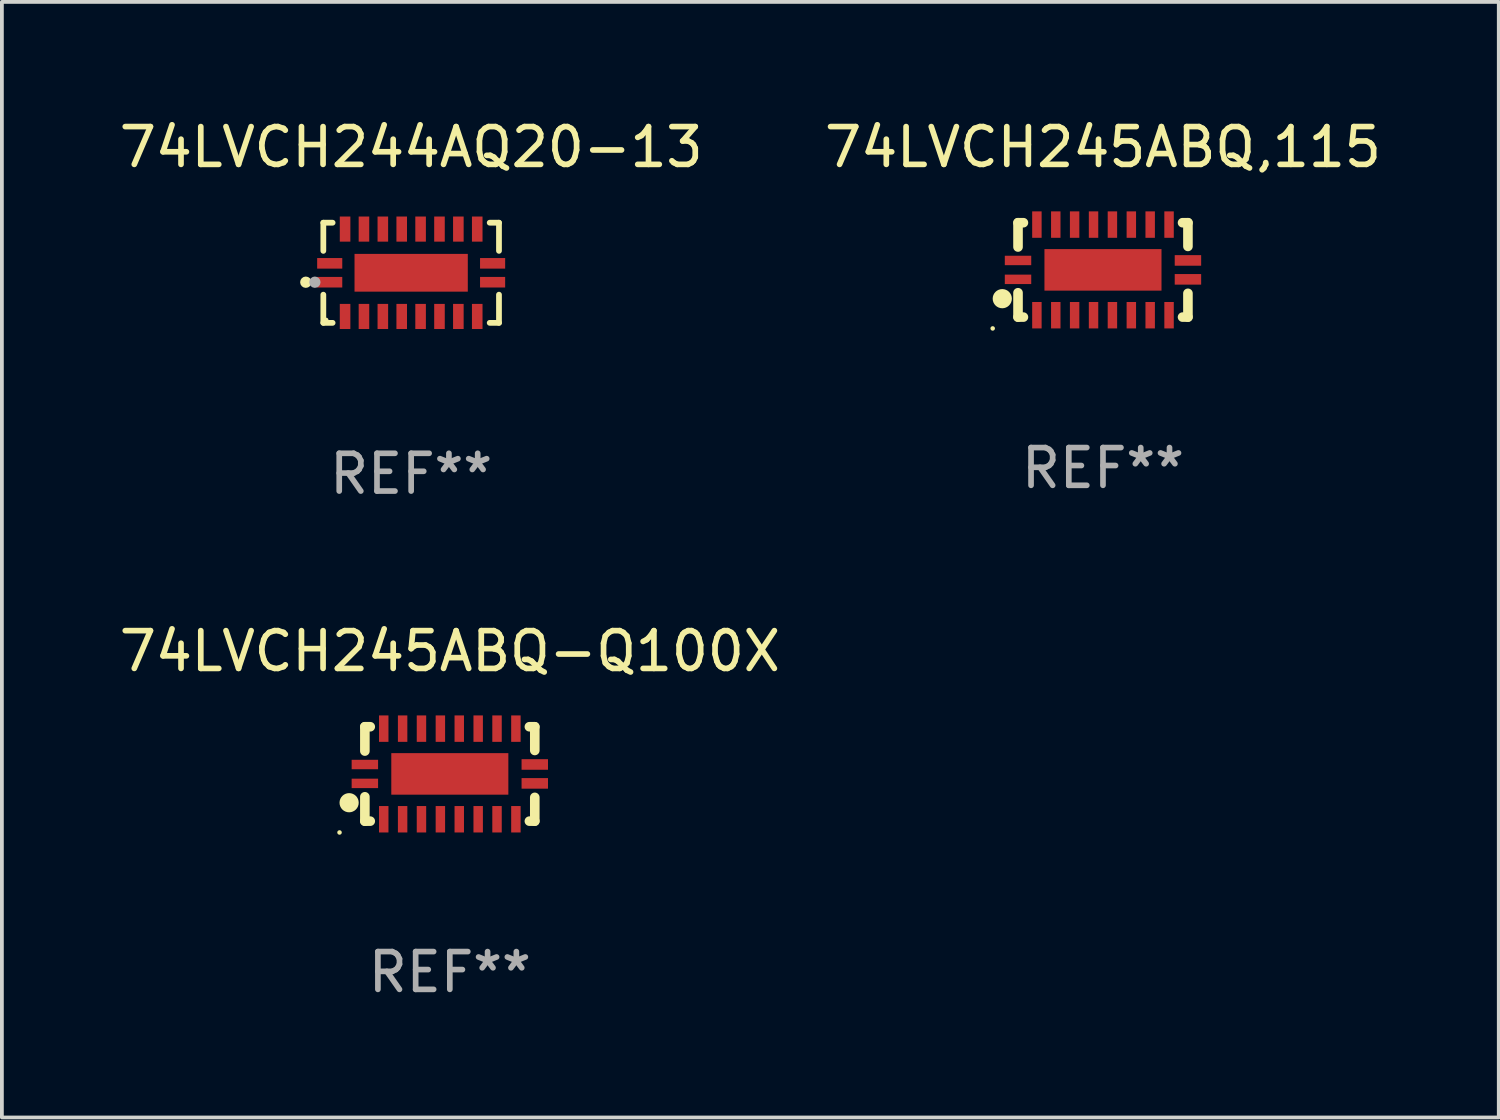
<source format=kicad_pcb>
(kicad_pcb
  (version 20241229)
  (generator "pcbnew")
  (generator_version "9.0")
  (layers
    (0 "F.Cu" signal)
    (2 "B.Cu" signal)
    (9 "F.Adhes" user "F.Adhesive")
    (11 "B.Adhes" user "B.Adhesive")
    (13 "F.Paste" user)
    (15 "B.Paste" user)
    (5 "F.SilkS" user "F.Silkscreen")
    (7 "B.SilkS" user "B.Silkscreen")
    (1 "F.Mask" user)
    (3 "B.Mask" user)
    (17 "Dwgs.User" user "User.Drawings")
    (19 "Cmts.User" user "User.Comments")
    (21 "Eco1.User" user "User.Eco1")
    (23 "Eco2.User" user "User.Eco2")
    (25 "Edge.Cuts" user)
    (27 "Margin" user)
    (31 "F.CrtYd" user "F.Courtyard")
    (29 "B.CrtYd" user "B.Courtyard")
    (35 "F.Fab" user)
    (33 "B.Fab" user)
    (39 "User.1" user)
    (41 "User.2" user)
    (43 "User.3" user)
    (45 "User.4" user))
  (footprint "74LVCH244AQ20-13"
    (layer "F.Cu")
    (at 7.839 4.174)
    (property "Reference" "74LVCH244AQ20-13" (at 0 -3.326 0) (layer "F.SilkS") (effects (font (size 1 1) (thickness 0.15))))
    (attr through_hole)
    (fp_line (start -2.326 -1.326) (end -2.08 -1.326) (stroke (width 0.152) (type solid)) (layer "F.SilkS"))
    (fp_line (start -2.326 -0.58) (end -2.326 -1.326) (stroke (width 0.152) (type solid)) (layer "F.SilkS"))
    (fp_line (start -2.326 0.58) (end -2.326 1.326) (stroke (width 0.152) (type solid)) (layer "F.SilkS"))
    (fp_line (start -2.326 1.326) (end -2.08 1.326) (stroke (width 0.152) (type solid)) (layer "F.SilkS"))
    (fp_line (start 2.326 -1.326) (end 2.08 -1.326) (stroke (width 0.152) (type solid)) (layer "F.SilkS"))
    (fp_line (start 2.326 -0.58) (end 2.326 -1.326) (stroke (width 0.152) (type solid)) (layer "F.SilkS"))
    (fp_line (start 2.326 0.58) (end 2.326 1.326) (stroke (width 0.152) (type solid)) (layer "F.SilkS"))
    (fp_line (start 2.326 1.326) (end 2.08 1.326) (stroke (width 0.152) (type solid)) (layer "F.SilkS"))
    (fp_circle (center -2.79 0.25) (end -2.715 0.25) (stroke (width 0.15) (type solid)) (fill no) (layer "F.SilkS"))
    (fp_circle (center -2.25 1.25) (end -2.22 1.25) (stroke (width 0.06) (type solid)) (fill no) (layer "F.SilkS"))
    (fp_circle (center -2.55 0.25) (end -2.475 0.25) (stroke (width 0.15) (type solid)) (fill no) (layer "F.Fab"))
    (fp_text user "REF**" (at 0 5.326 0) (layer "F.Fab") (effects (font (size 1 1) (thickness 0.15))))
    (pad "1" smd rect (at -2.157 0.25) (size 0.665 0.28) (layers "F.Cu" "F.Mask" "F.Paste"))
    (pad "2" smd rect (at -1.75 1.157) (size 0.28 0.665) (layers "F.Cu" "F.Mask" "F.Paste"))
    (pad "3" smd rect (at -1.25 1.157) (size 0.28 0.665) (layers "F.Cu" "F.Mask" "F.Paste"))
    (pad "4" smd rect (at -0.75 1.157) (size 0.28 0.665) (layers "F.Cu" "F.Mask" "F.Paste"))
    (pad "5" smd rect (at -0.25 1.157) (size 0.28 0.665) (layers "F.Cu" "F.Mask" "F.Paste"))
    (pad "6" smd rect (at 0.25 1.157) (size 0.28 0.665) (layers "F.Cu" "F.Mask" "F.Paste"))
    (pad "7" smd rect (at 0.75 1.157) (size 0.28 0.665) (layers "F.Cu" "F.Mask" "F.Paste"))
    (pad "8" smd rect (at 1.25 1.157) (size 0.28 0.665) (layers "F.Cu" "F.Mask" "F.Paste"))
    (pad "9" smd rect (at 1.75 1.157) (size 0.28 0.665) (layers "F.Cu" "F.Mask" "F.Paste"))
    (pad "10" smd rect (at 2.157 0.25) (size 0.665 0.28) (layers "F.Cu" "F.Mask" "F.Paste"))
    (pad "11" smd rect (at 2.157 -0.25) (size 0.665 0.28) (layers "F.Cu" "F.Mask" "F.Paste"))
    (pad "12" smd rect (at 1.75 -1.157) (size 0.28 0.665) (layers "F.Cu" "F.Mask" "F.Paste"))
    (pad "13" smd rect (at 1.25 -1.157) (size 0.28 0.665) (layers "F.Cu" "F.Mask" "F.Paste"))
    (pad "14" smd rect (at 0.75 -1.157) (size 0.28 0.665) (layers "F.Cu" "F.Mask" "F.Paste"))
    (pad "15" smd rect (at 0.25 -1.157) (size 0.28 0.665) (layers "F.Cu" "F.Mask" "F.Paste"))
    (pad "16" smd rect (at -0.25 -1.157) (size 0.28 0.665) (layers "F.Cu" "F.Mask" "F.Paste"))
    (pad "17" smd rect (at -0.75 -1.157) (size 0.28 0.665) (layers "F.Cu" "F.Mask" "F.Paste"))
    (pad "18" smd rect (at -1.25 -1.157) (size 0.28 0.665) (layers "F.Cu" "F.Mask" "F.Paste"))
    (pad "19" smd rect (at -1.75 -1.157) (size 0.28 0.665) (layers "F.Cu" "F.Mask" "F.Paste"))
    (pad "20" smd rect (at -2.157 -0.25) (size 0.665 0.28) (layers "F.Cu" "F.Mask" "F.Paste"))
    (pad "21" smd rect (at 0 0) (size 3 1) (layers "F.Cu" "F.Mask" "F.Paste")))
  (footprint "74LVCH245ABQ,115"
    (layer "F.Cu")
    (at 26.161 4.098)
    (property "Reference" "74LVCH245ABQ,115" (at 0 -3.25 0) (layer "F.SilkS") (effects (font (size 1 1) (thickness 0.15))))
    (attr through_hole)
    (fp_line (start -2.25 0.605) (end -2.25 1.25) (stroke (width 0.254) (type solid)) (layer "F.SilkS"))
    (fp_line (start -2.25 1.25) (end -2.107 1.25) (stroke (width 0.254) (type solid)) (layer "F.SilkS"))
    (fp_line (start -2.25 -1.25) (end -2.25 -0.606) (stroke (width 0.254) (type solid)) (layer "F.SilkS"))
    (fp_line (start -2.25 -1.25) (end -2.107 -1.25) (stroke (width 0.254) (type solid)) (layer "F.SilkS"))
    (fp_line (start 2.107 -1.25) (end 2.25 -1.25) (stroke (width 0.254) (type solid)) (layer "F.SilkS"))
    (fp_line (start 2.107 1.25) (end 2.25 1.25) (stroke (width 0.254) (type solid)) (layer "F.SilkS"))
    (fp_line (start 2.25 -1.25) (end 2.25 -0.622) (stroke (width 0.254) (type solid)) (layer "F.SilkS"))
    (fp_line (start 2.25 0.62) (end 2.25 1.25) (stroke (width 0.254) (type solid)) (layer "F.SilkS"))
    (fp_circle (center -2.921 1.55) (end -2.891 1.55) (stroke (width 0.06) (type solid)) (fill no) (layer "F.SilkS"))
    (fp_circle (center -2.667 0.762) (end -2.54 0.762) (stroke (width 0.254) (type solid)) (fill no) (layer "F.SilkS"))
    (fp_text user "REF**" (at 0 5.25 0) (layer "F.Fab") (effects (font (size 1 1) (thickness 0.15))))
    (pad "1" smd rect (at -2.25 0.25 180) (size 0.7 0.25) (layers "F.Cu" "F.Mask" "F.Paste"))
    (pad "2" smd rect (at -1.75 1.2 90) (size 0.7 0.25) (layers "F.Cu" "F.Mask" "F.Paste"))
    (pad "3" smd rect (at -1.25 1.2 90) (size 0.7 0.25) (layers "F.Cu" "F.Mask" "F.Paste"))
    (pad "4" smd rect (at -0.751 1.2 90) (size 0.7 0.25) (layers "F.Cu" "F.Mask" "F.Paste"))
    (pad "5" smd rect (at -0.25 1.2 90) (size 0.7 0.25) (layers "F.Cu" "F.Mask" "F.Paste"))
    (pad "6" smd rect (at 0.25 1.2 90) (size 0.7 0.25) (layers "F.Cu" "F.Mask" "F.Paste"))
    (pad "7" smd rect (at 0.751 1.2 90) (size 0.7 0.25) (layers "F.Cu" "F.Mask" "F.Paste"))
    (pad "8" smd rect (at 1.25 1.2 90) (size 0.7 0.25) (layers "F.Cu" "F.Mask" "F.Paste"))
    (pad "9" smd rect (at 1.75 1.2 90) (size 0.7 0.25) (layers "F.Cu" "F.Mask" "F.Paste"))
    (pad "10" smd rect (at 2.25 0.25 180) (size 0.7 0.28) (layers "F.Cu" "F.Mask" "F.Paste"))
    (pad "11" smd rect (at 2.25 -0.251 180) (size 0.7 0.28) (layers "F.Cu" "F.Mask" "F.Paste"))
    (pad "12" smd rect (at 1.75 -1.2 90) (size 0.7 0.25) (layers "F.Cu" "F.Mask" "F.Paste"))
    (pad "13" smd rect (at 1.25 -1.2 90) (size 0.7 0.25) (layers "F.Cu" "F.Mask" "F.Paste"))
    (pad "14" smd rect (at 0.751 -1.2 90) (size 0.7 0.25) (layers "F.Cu" "F.Mask" "F.Paste"))
    (pad "15" smd rect (at 0.25 -1.2 90) (size 0.7 0.25) (layers "F.Cu" "F.Mask" "F.Paste"))
    (pad "16" smd rect (at -0.25 -1.2 90) (size 0.7 0.25) (layers "F.Cu" "F.Mask" "F.Paste"))
    (pad "17" smd rect (at -0.751 -1.2 90) (size 0.7 0.25) (layers "F.Cu" "F.Mask" "F.Paste"))
    (pad "18" smd rect (at -1.25 -1.2 90) (size 0.7 0.25) (layers "F.Cu" "F.Mask" "F.Paste"))
    (pad "19" smd rect (at -1.75 -1.2 90) (size 0.7 0.25) (layers "F.Cu" "F.Mask" "F.Paste"))
    (pad "20" smd rect (at -2.25 -0.25 180) (size 0.7 0.25) (layers "F.Cu" "F.Mask" "F.Paste"))
    (pad "21" smd rect (at 0 -0.001 180) (size 3.1 1.1) (layers "F.Cu" "F.Mask" "F.Paste")))
  (footprint "74LVCH245ABQ-Q100X"
    (layer "F.Cu")
    (at 8.863 17.447)
    (property "Reference" "74LVCH245ABQ-Q100X" (at 0 -3.25 0) (layer "F.SilkS") (effects (font (size 1 1) (thickness 0.15))))
    (attr through_hole)
    (fp_line (start -2.25 0.605) (end -2.25 1.25) (stroke (width 0.254) (type solid)) (layer "F.SilkS"))
    (fp_line (start -2.25 1.25) (end -2.107 1.25) (stroke (width 0.254) (type solid)) (layer "F.SilkS"))
    (fp_line (start -2.25 -1.25) (end -2.25 -0.606) (stroke (width 0.254) (type solid)) (layer "F.SilkS"))
    (fp_line (start -2.25 -1.25) (end -2.107 -1.25) (stroke (width 0.254) (type solid)) (layer "F.SilkS"))
    (fp_line (start 2.107 -1.25) (end 2.25 -1.25) (stroke (width 0.254) (type solid)) (layer "F.SilkS"))
    (fp_line (start 2.107 1.25) (end 2.25 1.25) (stroke (width 0.254) (type solid)) (layer "F.SilkS"))
    (fp_line (start 2.25 -1.25) (end 2.25 -0.622) (stroke (width 0.254) (type solid)) (layer "F.SilkS"))
    (fp_line (start 2.25 0.62) (end 2.25 1.25) (stroke (width 0.254) (type solid)) (layer "F.SilkS"))
    (fp_circle (center -2.921 1.55) (end -2.891 1.55) (stroke (width 0.06) (type solid)) (fill no) (layer "F.SilkS"))
    (fp_circle (center -2.667 0.762) (end -2.54 0.762) (stroke (width 0.254) (type solid)) (fill no) (layer "F.SilkS"))
    (fp_text user "REF**" (at 0 5.25 0) (layer "F.Fab") (effects (font (size 1 1) (thickness 0.15))))
    (pad "1" smd rect (at -2.25 0.25 180) (size 0.7 0.25) (layers "F.Cu" "F.Mask" "F.Paste"))
    (pad "2" smd rect (at -1.75 1.2 90) (size 0.7 0.25) (layers "F.Cu" "F.Mask" "F.Paste"))
    (pad "3" smd rect (at -1.25 1.2 90) (size 0.7 0.25) (layers "F.Cu" "F.Mask" "F.Paste"))
    (pad "4" smd rect (at -0.751 1.2 90) (size 0.7 0.25) (layers "F.Cu" "F.Mask" "F.Paste"))
    (pad "5" smd rect (at -0.25 1.2 90) (size 0.7 0.25) (layers "F.Cu" "F.Mask" "F.Paste"))
    (pad "6" smd rect (at 0.25 1.2 90) (size 0.7 0.25) (layers "F.Cu" "F.Mask" "F.Paste"))
    (pad "7" smd rect (at 0.751 1.2 90) (size 0.7 0.25) (layers "F.Cu" "F.Mask" "F.Paste"))
    (pad "8" smd rect (at 1.25 1.2 90) (size 0.7 0.25) (layers "F.Cu" "F.Mask" "F.Paste"))
    (pad "9" smd rect (at 1.75 1.2 90) (size 0.7 0.25) (layers "F.Cu" "F.Mask" "F.Paste"))
    (pad "10" smd rect (at 2.25 0.25 180) (size 0.7 0.28) (layers "F.Cu" "F.Mask" "F.Paste"))
    (pad "11" smd rect (at 2.25 -0.251 180) (size 0.7 0.28) (layers "F.Cu" "F.Mask" "F.Paste"))
    (pad "12" smd rect (at 1.75 -1.2 90) (size 0.7 0.25) (layers "F.Cu" "F.Mask" "F.Paste"))
    (pad "13" smd rect (at 1.25 -1.2 90) (size 0.7 0.25) (layers "F.Cu" "F.Mask" "F.Paste"))
    (pad "14" smd rect (at 0.751 -1.2 90) (size 0.7 0.25) (layers "F.Cu" "F.Mask" "F.Paste"))
    (pad "15" smd rect (at 0.25 -1.2 90) (size 0.7 0.25) (layers "F.Cu" "F.Mask" "F.Paste"))
    (pad "16" smd rect (at -0.25 -1.2 90) (size 0.7 0.25) (layers "F.Cu" "F.Mask" "F.Paste"))
    (pad "17" smd rect (at -0.751 -1.2 90) (size 0.7 0.25) (layers "F.Cu" "F.Mask" "F.Paste"))
    (pad "18" smd rect (at -1.25 -1.2 90) (size 0.7 0.25) (layers "F.Cu" "F.Mask" "F.Paste"))
    (pad "19" smd rect (at -1.75 -1.2 90) (size 0.7 0.25) (layers "F.Cu" "F.Mask" "F.Paste"))
    (pad "20" smd rect (at -2.25 -0.25 180) (size 0.7 0.25) (layers "F.Cu" "F.Mask" "F.Paste"))
    (pad "21" smd rect (at 0 -0.001 180) (size 3.1 1.1) (layers "F.Cu" "F.Mask" "F.Paste")))
  (gr_rect
    (start -3 -3)
    (end 36.643 26.545)
    (stroke (width 0.1) (type default))
    (fill no)
    (layer "Edge.Cuts")))
</source>
